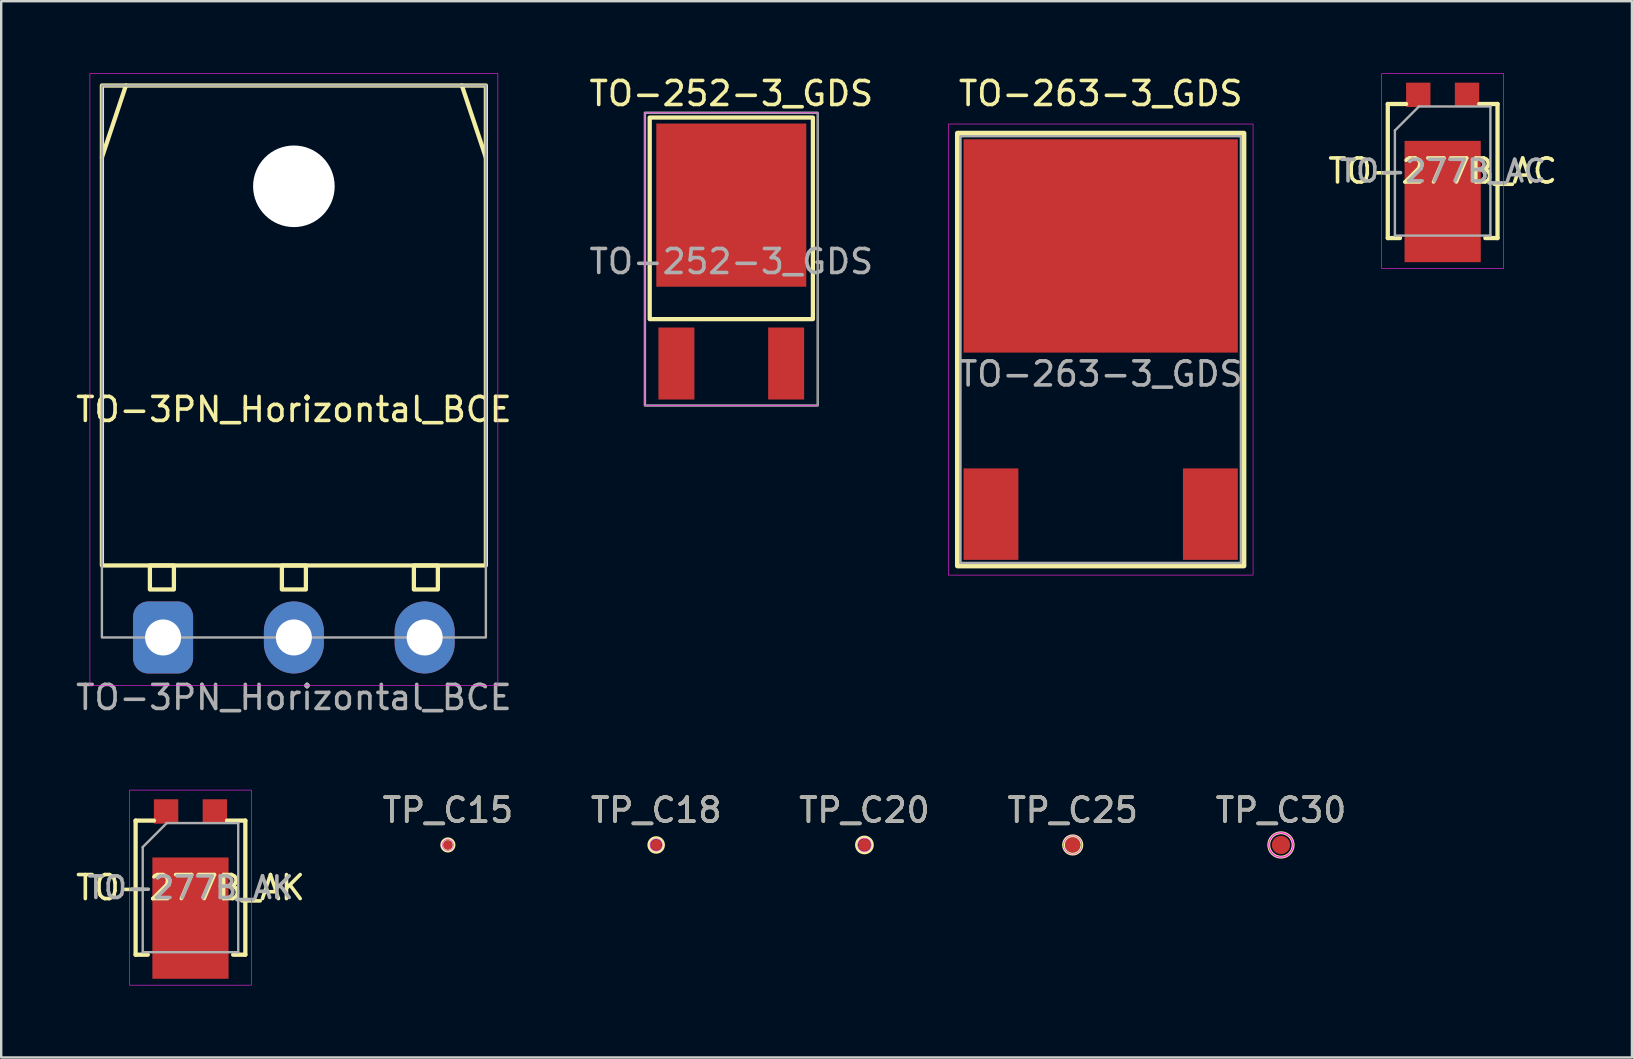
<source format=kicad_pcb>
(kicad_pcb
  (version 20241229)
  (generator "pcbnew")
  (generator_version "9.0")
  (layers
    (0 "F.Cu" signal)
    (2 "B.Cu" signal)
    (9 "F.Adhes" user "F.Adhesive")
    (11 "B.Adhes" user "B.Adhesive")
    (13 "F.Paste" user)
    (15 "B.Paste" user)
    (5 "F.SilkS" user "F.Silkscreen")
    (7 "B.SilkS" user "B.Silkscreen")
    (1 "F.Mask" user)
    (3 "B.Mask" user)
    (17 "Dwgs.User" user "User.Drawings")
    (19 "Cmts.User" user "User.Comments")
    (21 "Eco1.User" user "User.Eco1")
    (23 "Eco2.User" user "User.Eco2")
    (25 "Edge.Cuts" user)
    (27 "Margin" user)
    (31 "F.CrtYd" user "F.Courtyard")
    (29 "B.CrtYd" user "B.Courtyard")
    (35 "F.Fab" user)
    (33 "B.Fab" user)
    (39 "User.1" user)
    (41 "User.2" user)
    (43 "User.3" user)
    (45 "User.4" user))
  (footprint "TO-263-3_GDS"
    (layer "F.Cu")
    (at 42.815 11.516)
    (property "Reference" "TO-263-3_GDS" (at 0 -10.668 0) (layer "F.SilkS") (effects (font (size 1 1) (thickness 0.15))))
    (attr smd)
    (fp_rect (start -5.969 9.017) (end 5.969 -9.017) (stroke (width 0.203) (type solid)) (fill no) (layer "F.SilkS"))
    (fp_rect (start -6.35 9.398) (end 6.35 -9.398) (stroke (width 0.025) (type solid)) (fill no) (layer "F.CrtYd"))
    (fp_rect (start -5.842 8.89) (end 5.842 -8.89) (stroke (width 0.1) (type solid)) (fill no) (layer "F.Fab"))
    (fp_text user "${REFERENCE}" (at 0 1.016 0) (layer "F.Fab") (effects (font (size 1 1) (thickness 0.15))))
    (pad "D" smd rect (at 0 -4.318) (size 11.43 8.89) (layers "F.Cu" "F.Mask" "F.Paste"))
    (pad "G" smd rect (at -4.572 6.858) (size 2.286 3.81) (layers "F.Cu" "F.Mask" "F.Paste"))
    (pad "S" smd rect (at 4.572 6.858) (size 2.286 3.81) (layers "F.Cu" "F.Mask" "F.Paste")))
  (footprint "TP_C25"
    (layer "F.Cu")
    (at 41.649 32.159)
    (property "Reference" "TP_C25" (at 0 -1.448 0) (layer "F.SilkS") (effects (font (size 1 1) (thickness 0.15))))
    (attr exclude_from_pos_files exclude_from_bom)
    (fp_circle (center 0 0) (end 0.381 0) (stroke (width 0.12) (type solid)) (fill no) (layer "F.SilkS"))
    (fp_circle (center 0 0) (end 0.381 0) (stroke (width 0.025) (type solid)) (fill no) (layer "F.CrtYd"))
    (fp_text user "${REFERENCE}" (at 0 -1.45 0) (layer "F.Fab") (effects (font (size 1 1) (thickness 0.15))))
    (pad "1" smd circle (at 0 0) (size 0.635 0.635) (layers "F.Cu" "F.Mask")))
  (footprint "TO-277B_AK"
    (layer "F.Cu")
    (at 4.887 33.938)
    (property "Reference" "TO-277B_AK" (at 0 0 180) (layer "F.SilkS") (effects (font (size 1 1) (thickness 0.15))))
    (attr smd)
    (fp_line (start -2.286 -2.794) (end -2.286 2.794) (stroke (width 0.178) (type solid)) (layer "F.SilkS"))
    (fp_line (start -2.286 2.794) (end -1.778 2.794) (stroke (width 0.178) (type solid)) (layer "F.SilkS"))
    (fp_line (start -1.524 -2.794) (end -2.286 -2.794) (stroke (width 0.178) (type solid)) (layer "F.SilkS"))
    (fp_line (start 1.778 2.794) (end 2.286 2.794) (stroke (width 0.178) (type solid)) (layer "F.SilkS"))
    (fp_line (start 2.286 -2.794) (end 1.524 -2.794) (stroke (width 0.178) (type solid)) (layer "F.SilkS"))
    (fp_line (start 2.286 2.794) (end 2.286 -2.794) (stroke (width 0.178) (type solid)) (layer "F.SilkS"))
    (fp_rect (start -2.54 4.064) (end 2.54 -4.064) (stroke (width 0.025) (type solid)) (fill no) (layer "F.CrtYd"))
    (fp_line (start -1.99 -1.69) (end -1.99 2.69) (stroke (width 0.1) (type solid)) (layer "F.Fab"))
    (fp_line (start -1.99 -1.69) (end -0.99 -2.69) (stroke (width 0.1) (type solid)) (layer "F.Fab"))
    (fp_line (start -1.99 2.69) (end 1.99 2.69) (stroke (width 0.1) (type solid)) (layer "F.Fab"))
    (fp_line (start 1.99 -2.69) (end -1 -2.69) (stroke (width 0.1) (type solid)) (layer "F.Fab"))
    (fp_line (start 1.99 2.69) (end 1.99 -2.69) (stroke (width 0.1) (type solid)) (layer "F.Fab"))
    (fp_text user "${REFERENCE}" (at 0 0 0) (layer "F.Fab") (effects (font (size 0.9 0.9) (thickness 0.15))))
    (pad "" smd rect (at -0.9 -0.6) (size 1.3 1.2) (layers "F.Paste"))
    (pad "" smd rect (at -0.9 1.2) (size 1.3 1.2) (layers "F.Paste"))
    (pad "" smd rect (at -0.9 3) (size 1.3 1.2) (layers "F.Paste"))
    (pad "" smd rect (at 0.9 -0.6) (size 1.3 1.2) (layers "F.Paste"))
    (pad "" smd rect (at 0.9 1.2) (size 1.3 1.2) (layers "F.Paste"))
    (pad "" smd rect (at 0.9 3) (size 1.3 1.2) (layers "F.Paste"))
    (pad "A" smd rect (at -1.016 -3.175) (size 1.016 1.016) (layers "F.Cu" "F.Mask" "F.Paste"))
    (pad "A" smd rect (at 1.016 -3.175) (size 1.016 1.016) (layers "F.Cu" "F.Mask" "F.Paste"))
    (pad "K" smd rect (at 0 1.27) (size 3.175 5.055) (layers "F.Cu" "F.Mask")))
  (footprint "TP_C20"
    (layer "F.Cu")
    (at 32.97 32.159)
    (property "Reference" "TP_C20" (at 0 -1.448 0) (layer "F.SilkS") (effects (font (size 1 1) (thickness 0.15))))
    (attr exclude_from_pos_files exclude_from_bom)
    (fp_circle (center 0 0) (end 0.33 0) (stroke (width 0.12) (type solid)) (fill no) (layer "F.SilkS"))
    (fp_circle (center 0 0) (end 0.279 0) (stroke (width 0.025) (type solid)) (fill no) (layer "F.CrtYd"))
    (fp_text user "${REFERENCE}" (at 0 -1.45 0) (layer "F.Fab") (effects (font (size 1 1) (thickness 0.15))))
    (pad "1" smd circle (at 0 0) (size 0.508 0.508) (layers "F.Cu" "F.Mask")))
  (footprint "TO-3PN_Horizontal_BCE"
    (layer "F.Cu")
    (at 9.196 23.513)
    (property "Reference" "TO-3PN_Horizontal_BCE" (at 0 -9.5 0) (unlocked yes) (layer "F.SilkS") (effects (font (size 1 1) (thickness 0.15))))
    (attr through_hole)
    (fp_line (start -7 -23) (end -8 -20) (stroke (width 0.178) (type solid)) (layer "F.SilkS"))
    (fp_line (start 8 -20) (end 7 -23) (stroke (width 0.178) (type solid)) (layer "F.SilkS"))
    (fp_rect (start -8 -3) (end 8 -23) (stroke (width 0.178) (type solid)) (fill no) (layer "F.SilkS"))
    (fp_rect (start -6 -3) (end -5 -2) (stroke (width 0.178) (type solid)) (fill no) (layer "F.SilkS"))
    (fp_rect (start -0.5 -3) (end 0.5 -2) (stroke (width 0.178) (type solid)) (fill no) (layer "F.SilkS"))
    (fp_rect (start 5 -3) (end 6 -2) (stroke (width 0.178) (type solid)) (fill no) (layer "F.SilkS"))
    (fp_rect (start -8.5 2) (end 8.5 -23.5) (stroke (width 0.025) (type solid)) (fill no) (layer "F.CrtYd"))
    (fp_rect (start -8 -23) (end 8 0) (stroke (width 0.1) (type solid)) (fill no) (layer "F.Fab"))
    (fp_text user "${REFERENCE}" (at 0 2.5 0) (unlocked yes) (layer "F.Fab") (effects (font (size 1 1) (thickness 0.15))))
    (pad "" np_thru_hole circle (at 0 -18.8) (size 3.4 3.4) (drill 3.4) (layers "*.Cu" "*.Mask"))
    (pad "B" thru_hole roundrect (at -5.45 0) (size 2.5 3) (drill 1.5) (layers "*.Cu" "*.Mask") (roundrect_rratio 0.25))
    (pad "C" thru_hole oval (at 0 0) (size 2.5 3) (drill 1.5) (layers "*.Cu" "*.Mask"))
    (pad "E" thru_hole oval (at 5.45 0) (size 2.5 3) (drill 1.5) (layers "*.Cu" "*.Mask")))
  (footprint "TO-252-3_GDS"
    (layer "F.Cu")
    (at 27.423 7.848)
    (property "Reference" "TO-252-3_GDS" (at 0 -7 0) (unlocked yes) (layer "F.SilkS") (effects (font (size 1 1) (thickness 0.15))))
    (attr smd)
    (fp_rect (start -3.4 -6) (end 3.4 2.4) (stroke (width 0.178) (type solid)) (fill no) (layer "F.SilkS"))
    (fp_rect (start -3.6 -6.2) (end 3.6 6) (stroke (width 0.025) (type solid)) (fill no) (layer "F.CrtYd"))
    (fp_rect (start -3.6 -6.2) (end 3.6 6) (stroke (width 0.1) (type solid)) (fill no) (layer "F.Fab"))
    (fp_text user "${REFERENCE}" (at 0 0 0) (unlocked yes) (layer "F.Fab") (effects (font (size 1 1) (thickness 0.15))))
    (pad "D" smd rect (at 0 -2.35) (size 6.25 6.8) (layers "F.Cu" "F.Mask" "F.Paste"))
    (pad "G" smd rect (at -2.286 4.25) (size 1.5 3) (layers "F.Cu" "F.Mask" "F.Paste"))
    (pad "S" smd rect (at 2.286 4.25) (size 1.5 3) (layers "F.Cu" "F.Mask" "F.Paste")))
  (footprint "TP_C30"
    (layer "F.Cu")
    (at 50.327 32.159)
    (property "Reference" "TP_C30" (at 0 -1.448 0) (layer "F.SilkS") (effects (font (size 1 1) (thickness 0.15))))
    (attr exclude_from_pos_files exclude_from_bom)
    (fp_circle (center 0 0) (end 0.508 0) (stroke (width 0.12) (type solid)) (fill no) (layer "F.SilkS"))
    (fp_circle (center 0 0) (end 0.508 0) (stroke (width 0.05) (type solid)) (fill no) (layer "F.CrtYd"))
    (fp_text user "${REFERENCE}" (at 0 -1.45 0) (layer "F.Fab") (effects (font (size 1 1) (thickness 0.15))))
    (pad "1" smd circle (at 0 0) (size 0.762 0.762) (layers "F.Cu" "F.Mask")))
  (footprint "TO-277B_AC"
    (layer "F.Cu")
    (at 57.065 4.077)
    (property "Reference" "TO-277B_AC" (at 0 0 180) (layer "F.SilkS") (effects (font (size 1 1) (thickness 0.15))))
    (attr smd)
    (fp_line (start -2.286 -2.794) (end -2.286 2.794) (stroke (width 0.178) (type solid)) (layer "F.SilkS"))
    (fp_line (start -2.286 2.794) (end -1.778 2.794) (stroke (width 0.178) (type solid)) (layer "F.SilkS"))
    (fp_line (start -1.524 -2.794) (end -2.286 -2.794) (stroke (width 0.178) (type solid)) (layer "F.SilkS"))
    (fp_line (start 1.778 2.794) (end 2.286 2.794) (stroke (width 0.178) (type solid)) (layer "F.SilkS"))
    (fp_line (start 2.286 -2.794) (end 1.524 -2.794) (stroke (width 0.178) (type solid)) (layer "F.SilkS"))
    (fp_line (start 2.286 2.794) (end 2.286 -2.794) (stroke (width 0.178) (type solid)) (layer "F.SilkS"))
    (fp_rect (start -2.54 4.064) (end 2.54 -4.064) (stroke (width 0.025) (type solid)) (fill no) (layer "F.CrtYd"))
    (fp_line (start -1.99 -1.69) (end -1.99 2.69) (stroke (width 0.1) (type solid)) (layer "F.Fab"))
    (fp_line (start -1.99 -1.69) (end -0.99 -2.69) (stroke (width 0.1) (type solid)) (layer "F.Fab"))
    (fp_line (start -1.99 2.69) (end 1.99 2.69) (stroke (width 0.1) (type solid)) (layer "F.Fab"))
    (fp_line (start 1.99 -2.69) (end -1 -2.69) (stroke (width 0.1) (type solid)) (layer "F.Fab"))
    (fp_line (start 1.99 2.69) (end 1.99 -2.69) (stroke (width 0.1) (type solid)) (layer "F.Fab"))
    (fp_text user "${REFERENCE}" (at 0 0 0) (layer "F.Fab") (effects (font (size 0.9 0.9) (thickness 0.15))))
    (pad "A" smd rect (at -1.016 -3.175) (size 1.016 1.016) (layers "F.Cu" "F.Mask" "F.Paste"))
    (pad "A" smd rect (at 1.016 -3.175) (size 1.016 1.016) (layers "F.Cu" "F.Mask" "F.Paste"))
    (pad "C" smd rect (at 0 1.27) (size 3.175 5.055) (layers "F.Cu" "F.Mask")))
  (footprint "TP_C15"
    (layer "F.Cu")
    (at 15.613 32.159)
    (property "Reference" "TP_C15" (at 0 -1.448 0) (layer "F.SilkS") (effects (font (size 1 1) (thickness 0.15))))
    (attr exclude_from_pos_files exclude_from_bom)
    (fp_circle (center 0 0) (end 0.254 0) (stroke (width 0.12) (type solid)) (fill no) (layer "F.SilkS"))
    (fp_circle (center 0 0) (end 0.229 0) (stroke (width 0.025) (type solid)) (fill no) (layer "F.CrtYd"))
    (fp_text user "${REFERENCE}" (at 0 -1.45 0) (layer "F.Fab") (effects (font (size 1 1) (thickness 0.15))))
    (pad "1" smd circle (at 0 0) (size 0.381 0.381) (layers "F.Cu" "F.Mask")))
  (footprint "TP_C18"
    (layer "F.Cu")
    (at 24.292 32.159)
    (property "Reference" "TP_C18" (at 0 -1.448 0) (layer "F.SilkS") (effects (font (size 1 1) (thickness 0.15))))
    (attr exclude_from_pos_files exclude_from_bom)
    (fp_circle (center 0 0) (end 0.305 0) (stroke (width 0.12) (type solid)) (fill no) (layer "F.SilkS"))
    (fp_circle (center 0 0) (end 0.254 0) (stroke (width 0.025) (type solid)) (fill no) (layer "F.CrtYd"))
    (fp_text user "${REFERENCE}" (at 0 -1.45 0) (layer "F.Fab") (effects (font (size 1 1) (thickness 0.15))))
    (pad "1" smd circle (at 0 0) (size 0.457 0.457) (layers "F.Cu" "F.Mask")))
  (gr_rect
    (start -3 -3)
    (end 64.952 41.014)
    (stroke (width 0.1) (type default))
    (fill no)
    (layer "Edge.Cuts")))
</source>
